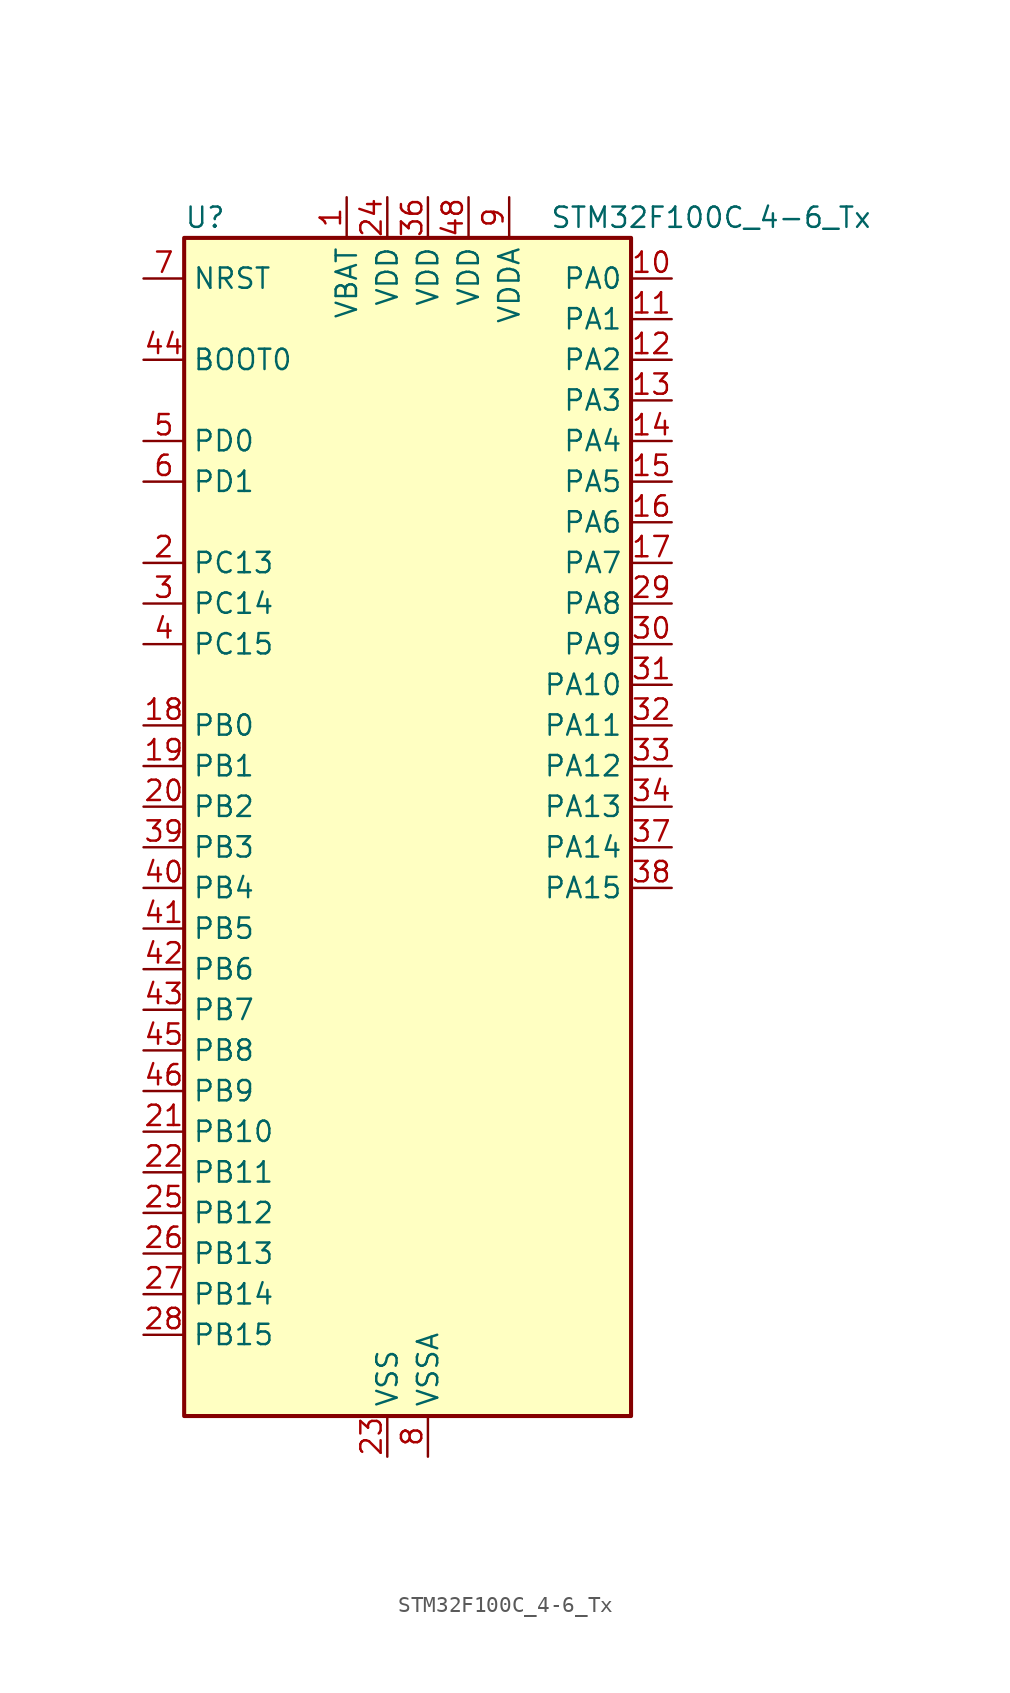
<source format=kicad_sym>
(kicad_symbol_lib
  (version 20220914)
  (generator kicad_symbol_editor)
  (symbol "STM32F100C_4-6_Tx"
    (property "Reference" "U"
      (at -12.7 39.37 0)
      (effects (font (size 1.27 1.27)) (justify left)))
    (property "Value" "STM32F100C_4-6_Tx"
      (at 10.16 39.37 0)
      (effects (font (size 1.27 1.27)) (justify left)))
    (property "ki_locked" ""
      (at 0 0 0)
      (effects (font (size 1.27 1.27))))
    (symbol "STM32F100C_4-6_Tx_0_1"
      (rectangle (start -12.7 -35.56) (end 15.24 38.1) (stroke (width 0.254) (type default)) (fill (type background))))
    (symbol "STM32F100C_4-6_Tx_1_1"
      (pin power_in line (at -2.54 40.64 270) (length 2.54) (name "VBAT" (effects (font (size 1.27 1.27)))) (number "1" (effects (font (size 1.27 1.27)))))
      (pin bidirectional line (at 17.78 35.56 180) (length 2.54) (name "PA0" (effects (font (size 1.27 1.27)))) (number "10" (effects (font (size 1.27 1.27)))) (alternate "ADC1_IN0" bidirectional line) (alternate "SYS_WKUP" bidirectional line) (alternate "TIM2_CH1" bidirectional line) (alternate "TIM2_ETR" bidirectional line) (alternate "USART2_CTS" bidirectional line))
      (pin bidirectional line (at 17.78 33.02 180) (length 2.54) (name "PA1" (effects (font (size 1.27 1.27)))) (number "11" (effects (font (size 1.27 1.27)))) (alternate "ADC1_IN1" bidirectional line) (alternate "TIM2_CH2" bidirectional line) (alternate "USART2_RTS" bidirectional line))
      (pin bidirectional line (at 17.78 30.48 180) (length 2.54) (name "PA2" (effects (font (size 1.27 1.27)))) (number "12" (effects (font (size 1.27 1.27)))) (alternate "ADC1_IN2" bidirectional line) (alternate "TIM15_CH1" bidirectional line) (alternate "TIM2_CH3" bidirectional line) (alternate "USART2_TX" bidirectional line))
      (pin bidirectional line (at 17.78 27.94 180) (length 2.54) (name "PA3" (effects (font (size 1.27 1.27)))) (number "13" (effects (font (size 1.27 1.27)))) (alternate "ADC1_IN3" bidirectional line) (alternate "TIM15_CH2" bidirectional line) (alternate "TIM2_CH4" bidirectional line) (alternate "USART2_RX" bidirectional line))
      (pin bidirectional line (at 17.78 25.4 180) (length 2.54) (name "PA4" (effects (font (size 1.27 1.27)))) (number "14" (effects (font (size 1.27 1.27)))) (alternate "ADC1_IN4" bidirectional line) (alternate "DAC_OUT1" bidirectional line) (alternate "SPI1_NSS" bidirectional line) (alternate "USART2_CK" bidirectional line))
      (pin bidirectional line (at 17.78 22.86 180) (length 2.54) (name "PA5" (effects (font (size 1.27 1.27)))) (number "15" (effects (font (size 1.27 1.27)))) (alternate "ADC1_IN5" bidirectional line) (alternate "DAC_OUT2" bidirectional line) (alternate "SPI1_SCK" bidirectional line))
      (pin bidirectional line (at 17.78 20.32 180) (length 2.54) (name "PA6" (effects (font (size 1.27 1.27)))) (number "16" (effects (font (size 1.27 1.27)))) (alternate "ADC1_IN6" bidirectional line) (alternate "SPI1_MISO" bidirectional line) (alternate "TIM16_CH1" bidirectional line) (alternate "TIM1_BKIN" bidirectional line) (alternate "TIM3_CH1" bidirectional line))
      (pin bidirectional line (at 17.78 17.78 180) (length 2.54) (name "PA7" (effects (font (size 1.27 1.27)))) (number "17" (effects (font (size 1.27 1.27)))) (alternate "ADC1_IN7" bidirectional line) (alternate "SPI1_MOSI" bidirectional line) (alternate "TIM17_CH1" bidirectional line) (alternate "TIM1_CH1N" bidirectional line) (alternate "TIM3_CH2" bidirectional line))
      (pin bidirectional line (at -15.24 7.62 0) (length 2.54) (name "PB0" (effects (font (size 1.27 1.27)))) (number "18" (effects (font (size 1.27 1.27)))) (alternate "ADC1_IN8" bidirectional line) (alternate "TIM1_CH2N" bidirectional line) (alternate "TIM3_CH3" bidirectional line))
      (pin bidirectional line (at -15.24 5.08 0) (length 2.54) (name "PB1" (effects (font (size 1.27 1.27)))) (number "19" (effects (font (size 1.27 1.27)))) (alternate "ADC1_IN9" bidirectional line) (alternate "TIM1_CH3N" bidirectional line) (alternate "TIM3_CH4" bidirectional line))
      (pin bidirectional line (at -15.24 17.78 0) (length 2.54) (name "PC13" (effects (font (size 1.27 1.27)))) (number "2" (effects (font (size 1.27 1.27)))) (alternate "RTC_OUT" bidirectional line) (alternate "RTC_TAMPER" bidirectional line))
      (pin bidirectional line (at -15.24 2.54 0) (length 2.54) (name "PB2" (effects (font (size 1.27 1.27)))) (number "20" (effects (font (size 1.27 1.27)))))
      (pin bidirectional line (at -15.24 -17.78 0) (length 2.54) (name "PB10" (effects (font (size 1.27 1.27)))) (number "21" (effects (font (size 1.27 1.27)))) (alternate "CEC" bidirectional line) (alternate "TIM2_CH3" bidirectional line))
      (pin bidirectional line (at -15.24 -20.32 0) (length 2.54) (name "PB11" (effects (font (size 1.27 1.27)))) (number "22" (effects (font (size 1.27 1.27)))) (alternate "ADC1_EXTI11" bidirectional line) (alternate "TIM2_CH4" bidirectional line))
      (pin power_in line (at 0 -38.1 90) (length 2.54) (name "VSS" (effects (font (size 1.27 1.27)))) (number "23" (effects (font (size 1.27 1.27)))))
      (pin power_in line (at 0 40.64 270) (length 2.54) (name "VDD" (effects (font (size 1.27 1.27)))) (number "24" (effects (font (size 1.27 1.27)))))
      (pin bidirectional line (at -15.24 -22.86 0) (length 2.54) (name "PB12" (effects (font (size 1.27 1.27)))) (number "25" (effects (font (size 1.27 1.27)))) (alternate "TIM1_BKIN" bidirectional line))
      (pin bidirectional line (at -15.24 -25.4 0) (length 2.54) (name "PB13" (effects (font (size 1.27 1.27)))) (number "26" (effects (font (size 1.27 1.27)))) (alternate "TIM1_CH1N" bidirectional line))
      (pin bidirectional line (at -15.24 -27.94 0) (length 2.54) (name "PB14" (effects (font (size 1.27 1.27)))) (number "27" (effects (font (size 1.27 1.27)))) (alternate "TIM15_CH1" bidirectional line) (alternate "TIM1_CH2N" bidirectional line))
      (pin bidirectional line (at -15.24 -30.48 0) (length 2.54) (name "PB15" (effects (font (size 1.27 1.27)))) (number "28" (effects (font (size 1.27 1.27)))) (alternate "ADC1_EXTI15" bidirectional line) (alternate "TIM15_CH1N" bidirectional line) (alternate "TIM15_CH2" bidirectional line) (alternate "TIM1_CH3N" bidirectional line))
      (pin bidirectional line (at 17.78 15.24 180) (length 2.54) (name "PA8" (effects (font (size 1.27 1.27)))) (number "29" (effects (font (size 1.27 1.27)))) (alternate "RCC_MCO" bidirectional line) (alternate "TIM1_CH1" bidirectional line) (alternate "USART1_CK" bidirectional line))
      (pin bidirectional line (at -15.24 15.24 0) (length 2.54) (name "PC14" (effects (font (size 1.27 1.27)))) (number "3" (effects (font (size 1.27 1.27)))) (alternate "RCC_OSC32_IN" bidirectional line))
      (pin bidirectional line (at 17.78 12.7 180) (length 2.54) (name "PA9" (effects (font (size 1.27 1.27)))) (number "30" (effects (font (size 1.27 1.27)))) (alternate "DAC_EXTI9" bidirectional line) (alternate "TIM15_BKIN" bidirectional line) (alternate "TIM1_CH2" bidirectional line) (alternate "USART1_TX" bidirectional line))
      (pin bidirectional line (at 17.78 10.16 180) (length 2.54) (name "PA10" (effects (font (size 1.27 1.27)))) (number "31" (effects (font (size 1.27 1.27)))) (alternate "TIM17_BKIN" bidirectional line) (alternate "TIM1_CH3" bidirectional line) (alternate "USART1_RX" bidirectional line))
      (pin bidirectional line (at 17.78 7.62 180) (length 2.54) (name "PA11" (effects (font (size 1.27 1.27)))) (number "32" (effects (font (size 1.27 1.27)))) (alternate "ADC1_EXTI11" bidirectional line) (alternate "TIM1_CH4" bidirectional line) (alternate "USART1_CTS" bidirectional line))
      (pin bidirectional line (at 17.78 5.08 180) (length 2.54) (name "PA12" (effects (font (size 1.27 1.27)))) (number "33" (effects (font (size 1.27 1.27)))) (alternate "TIM1_ETR" bidirectional line) (alternate "USART1_RTS" bidirectional line))
      (pin bidirectional line (at 17.78 2.54 180) (length 2.54) (name "PA13" (effects (font (size 1.27 1.27)))) (number "34" (effects (font (size 1.27 1.27)))) (alternate "SYS_JTMS-SWDIO" bidirectional line))
      (pin passive line (at 0 -38.1 90) (length 2.54) hide (name "VSS" (effects (font (size 1.27 1.27)))) (number "35" (effects (font (size 1.27 1.27)))))
      (pin power_in line (at 2.54 40.64 270) (length 2.54) (name "VDD" (effects (font (size 1.27 1.27)))) (number "36" (effects (font (size 1.27 1.27)))))
      (pin bidirectional line (at 17.78 0 180) (length 2.54) (name "PA14" (effects (font (size 1.27 1.27)))) (number "37" (effects (font (size 1.27 1.27)))) (alternate "SYS_JTCK-SWCLK" bidirectional line))
      (pin bidirectional line (at 17.78 -2.54 180) (length 2.54) (name "PA15" (effects (font (size 1.27 1.27)))) (number "38" (effects (font (size 1.27 1.27)))) (alternate "ADC1_EXTI15" bidirectional line) (alternate "SPI1_NSS" bidirectional line) (alternate "SYS_JTDI" bidirectional line) (alternate "TIM2_CH1" bidirectional line) (alternate "TIM2_ETR" bidirectional line))
      (pin bidirectional line (at -15.24 0 0) (length 2.54) (name "PB3" (effects (font (size 1.27 1.27)))) (number "39" (effects (font (size 1.27 1.27)))) (alternate "SPI1_SCK" bidirectional line) (alternate "SYS_JTDO-TRACESWO" bidirectional line) (alternate "TIM2_CH2" bidirectional line))
      (pin bidirectional line (at -15.24 12.7 0) (length 2.54) (name "PC15" (effects (font (size 1.27 1.27)))) (number "4" (effects (font (size 1.27 1.27)))) (alternate "ADC1_EXTI15" bidirectional line) (alternate "RCC_OSC32_OUT" bidirectional line))
      (pin bidirectional line (at -15.24 -2.54 0) (length 2.54) (name "PB4" (effects (font (size 1.27 1.27)))) (number "40" (effects (font (size 1.27 1.27)))) (alternate "SPI1_MISO" bidirectional line) (alternate "SYS_NJTRST" bidirectional line) (alternate "TIM3_CH1" bidirectional line))
      (pin bidirectional line (at -15.24 -5.08 0) (length 2.54) (name "PB5" (effects (font (size 1.27 1.27)))) (number "41" (effects (font (size 1.27 1.27)))) (alternate "I2C1_SMBA" bidirectional line) (alternate "SPI1_MOSI" bidirectional line) (alternate "TIM16_BKIN" bidirectional line) (alternate "TIM3_CH2" bidirectional line))
      (pin bidirectional line (at -15.24 -7.62 0) (length 2.54) (name "PB6" (effects (font (size 1.27 1.27)))) (number "42" (effects (font (size 1.27 1.27)))) (alternate "I2C1_SCL" bidirectional line) (alternate "TIM16_CH1N" bidirectional line) (alternate "USART1_TX" bidirectional line))
      (pin bidirectional line (at -15.24 -10.16 0) (length 2.54) (name "PB7" (effects (font (size 1.27 1.27)))) (number "43" (effects (font (size 1.27 1.27)))) (alternate "I2C1_SDA" bidirectional line) (alternate "TIM17_CH1N" bidirectional line) (alternate "USART1_RX" bidirectional line))
      (pin input line (at -15.24 30.48 0) (length 2.54) (name "BOOT0" (effects (font (size 1.27 1.27)))) (number "44" (effects (font (size 1.27 1.27)))))
      (pin bidirectional line (at -15.24 -12.7 0) (length 2.54) (name "PB8" (effects (font (size 1.27 1.27)))) (number "45" (effects (font (size 1.27 1.27)))) (alternate "CEC" bidirectional line) (alternate "I2C1_SCL" bidirectional line) (alternate "TIM16_CH1" bidirectional line))
      (pin bidirectional line (at -15.24 -15.24 0) (length 2.54) (name "PB9" (effects (font (size 1.27 1.27)))) (number "46" (effects (font (size 1.27 1.27)))) (alternate "DAC_EXTI9" bidirectional line) (alternate "I2C1_SDA" bidirectional line) (alternate "TIM17_CH1" bidirectional line))
      (pin passive line (at 0 -38.1 90) (length 2.54) hide (name "VSS" (effects (font (size 1.27 1.27)))) (number "47" (effects (font (size 1.27 1.27)))))
      (pin power_in line (at 5.08 40.64 270) (length 2.54) (name "VDD" (effects (font (size 1.27 1.27)))) (number "48" (effects (font (size 1.27 1.27)))))
      (pin bidirectional line (at -15.24 25.4 0) (length 2.54) (name "PD0" (effects (font (size 1.27 1.27)))) (number "5" (effects (font (size 1.27 1.27)))) (alternate "RCC_OSC_IN" bidirectional line))
      (pin bidirectional line (at -15.24 22.86 0) (length 2.54) (name "PD1" (effects (font (size 1.27 1.27)))) (number "6" (effects (font (size 1.27 1.27)))) (alternate "RCC_OSC_OUT" bidirectional line))
      (pin input line (at -15.24 35.56 0) (length 2.54) (name "NRST" (effects (font (size 1.27 1.27)))) (number "7" (effects (font (size 1.27 1.27)))))
      (pin power_in line (at 2.54 -38.1 90) (length 2.54) (name "VSSA" (effects (font (size 1.27 1.27)))) (number "8" (effects (font (size 1.27 1.27)))))
      (pin power_in line (at 7.62 40.64 270) (length 2.54) (name "VDDA" (effects (font (size 1.27 1.27)))) (number "9" (effects (font (size 1.27 1.27))))))))
</source>
